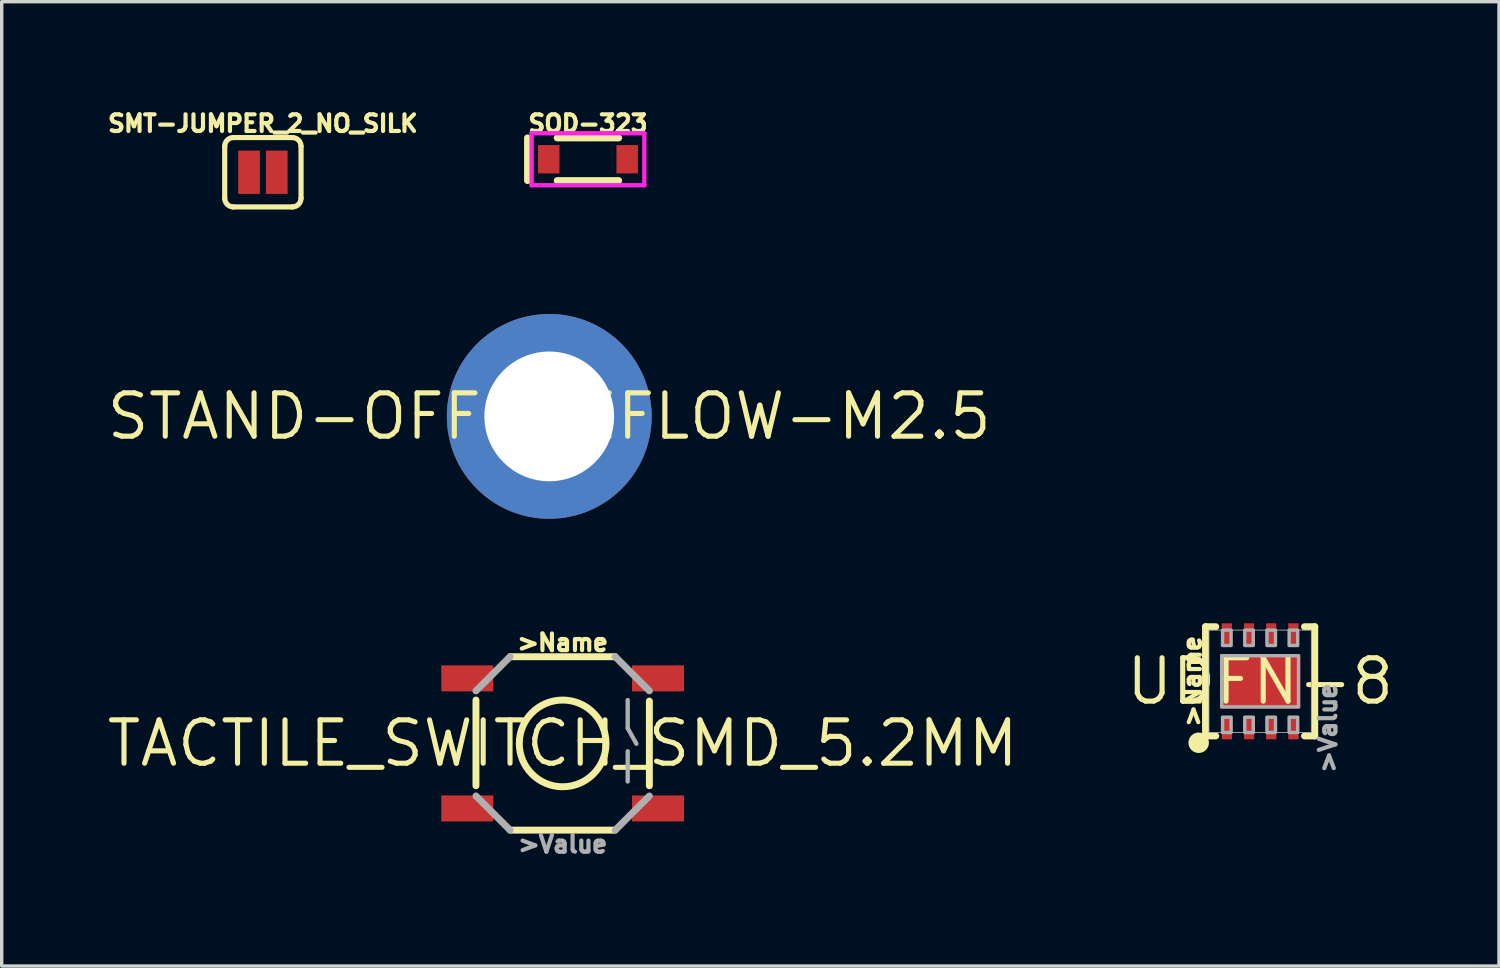
<source format=kicad_pcb>
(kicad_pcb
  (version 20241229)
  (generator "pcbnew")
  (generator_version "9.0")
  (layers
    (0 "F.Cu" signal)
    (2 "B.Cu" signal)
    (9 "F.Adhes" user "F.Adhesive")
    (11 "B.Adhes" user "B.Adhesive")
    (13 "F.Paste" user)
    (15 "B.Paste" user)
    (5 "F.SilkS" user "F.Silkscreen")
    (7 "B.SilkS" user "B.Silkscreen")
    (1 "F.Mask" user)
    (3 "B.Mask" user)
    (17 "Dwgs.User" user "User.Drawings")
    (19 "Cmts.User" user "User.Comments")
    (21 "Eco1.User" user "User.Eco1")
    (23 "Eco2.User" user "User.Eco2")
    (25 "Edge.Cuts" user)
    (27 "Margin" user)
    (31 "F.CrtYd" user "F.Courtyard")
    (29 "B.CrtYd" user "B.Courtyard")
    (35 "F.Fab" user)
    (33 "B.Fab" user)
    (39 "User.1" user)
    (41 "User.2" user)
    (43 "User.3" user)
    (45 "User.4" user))
  (footprint "SMT-JUMPER_2_NO_SILK"
    (layer "F.Cu")
    (at 4.651 1.996)
    (property "Reference" "SMT-JUMPER_2_NO_SILK" (at 0 -1.143 0) (layer "F.SilkS") (effects (font (size 0.488 0.488) (thickness 0.122)) (justify bottom)))
    (fp_line (start -1.118 0.762) (end -1.118 -0.762) (stroke (width 0.152) (type solid)) (layer "F.SilkS"))
    (fp_line (start -0.864 -1.016) (end 0.864 -1.016) (stroke (width 0.152) (type solid)) (layer "F.SilkS"))
    (fp_line (start 0.864 1.016) (end -0.864 1.016) (stroke (width 0.152) (type solid)) (layer "F.SilkS"))
    (fp_line (start 1.118 0.762) (end 1.118 -0.762) (stroke (width 0.152) (type solid)) (layer "F.SilkS"))
    (fp_arc (start -1.1176 -0.762) (mid -1.043205 -0.941605) (end -0.8636 -1.016) (stroke (width 0.1524) (type solid)) (layer "F.SilkS"))
    (fp_arc (start -0.8636 1.016) (mid -1.043205 0.941605) (end -1.1176 0.762) (stroke (width 0.1524) (type solid)) (layer "F.SilkS"))
    (fp_arc (start 0.8636 -1.016) (mid 1.043205 -0.941605) (end 1.1176 -0.762) (stroke (width 0.1524) (type solid)) (layer "F.SilkS"))
    (fp_arc (start 1.1176 0.762) (mid 1.043205 0.941605) (end 0.8636 1.016) (stroke (width 0.1524) (type solid)) (layer "F.SilkS"))
    (pad "1" smd rect (at -0.406 0) (size 0.635 1.27) (layers "F.Cu" "F.Mask"))
    (pad "2" smd rect (at 0.406 0) (size 0.635 1.27) (layers "F.Cu" "F.Mask")))
  (footprint "STAND-OFF-REFLOW-M2.5"
    (layer "F.Cu")
    (at 13.04 9.148)
    (property "Reference" "STAND-OFF-REFLOW-M2.5" (at 0 0 0) (layer "F.SilkS") (effects (font (size 1.27 1.27) (thickness 0.15))))
    (fp_poly (pts (xy -1.713 0.865) (xy -1.596 1.079) (xy -1.45 1.276) (xy -1.276 1.45) (xy -1.079 1.596) (xy -0.863 1.714) (xy -0.633 1.799) (xy 0.073 1.95) (xy -0.35 1.95) (xy -0.35 3.06) (xy -0.737 2.992) (xy -1.059 2.898) (xy -1.369 2.768) (xy -1.662 2.605) (xy -1.936 2.41) (xy -2.186 2.186) (xy -2.41 1.936) (xy -2.605 1.662) (xy -2.768 1.369) (xy -2.898 1.059) (xy -2.992 0.737) (xy -3.049 0.409) (xy -3 0.4) (xy -3 0.35) (xy -1.862 0.35)) (stroke (width 0) (type solid)) (fill yes) (layer "F.Paste"))
    (fp_poly (pts (xy -0.4 -3) (xy -0.35 -3) (xy -0.35 -1.862) (xy -0.865 -1.713) (xy -1.079 -1.596) (xy -1.276 -1.45) (xy -1.45 -1.276) (xy -1.596 -1.079) (xy -1.714 -0.863) (xy -1.799 -0.633) (xy -1.95 0.073) (xy -1.95 -0.35) (xy -3.06 -0.35) (xy -2.992 -0.737) (xy -2.898 -1.059) (xy -2.768 -1.369) (xy -2.605 -1.662) (xy -2.41 -1.936) (xy -2.186 -2.186) (xy -1.936 -2.41) (xy -1.662 -2.605) (xy -1.369 -2.768) (xy -1.059 -2.898) (xy -0.737 -2.992) (xy -0.409 -3.049)) (stroke (width 0) (type solid)) (fill yes) (layer "F.Paste"))
    (fp_poly (pts (xy 0.35 1.86) (xy 0.633 1.799) (xy 0.863 1.714) (xy 1.079 1.596) (xy 1.276 1.45) (xy 1.45 1.276) (xy 1.596 1.079) (xy 1.714 0.863) (xy 1.799 0.633) (xy 1.95 -0.073) (xy 1.95 0.35) (xy 3.06 0.35) (xy 2.992 0.737) (xy 2.898 1.059) (xy 2.768 1.369) (xy 2.605 1.662) (xy 2.41 1.936) (xy 2.186 2.186) (xy 1.936 2.41) (xy 1.662 2.605) (xy 1.369 2.768) (xy 1.059 2.898) (xy 0.737 2.992) (xy 0.409 3.049) (xy 0.4 3) (xy 0.35 3)) (stroke (width 0) (type solid)) (fill yes) (layer "F.Paste"))
    (fp_poly (pts (xy 0.737 -2.992) (xy 1.059 -2.898) (xy 1.369 -2.768) (xy 1.662 -2.605) (xy 1.936 -2.41) (xy 2.186 -2.186) (xy 2.41 -1.936) (xy 2.605 -1.662) (xy 2.768 -1.369) (xy 2.898 -1.059) (xy 2.992 -0.737) (xy 3.049 -0.409) (xy 3 -0.4) (xy 3 -0.35) (xy 1.86 -0.35) (xy 1.799 -0.633) (xy 1.714 -0.863) (xy 1.596 -1.079) (xy 1.45 -1.276) (xy 1.276 -1.45) (xy 1.079 -1.596) (xy 0.863 -1.714) (xy 0.633 -1.799) (xy -0.073 -1.95) (xy 0.35 -1.95) (xy 0.35 -3.06)) (stroke (width 0) (type solid)) (fill yes) (layer "F.Paste"))
    (pad "1" thru_hole circle (at 0 0) (size 6 6) (drill 3.8) (layers "*.Cu" "*.Mask")))
  (footprint "SOD-323"
    (layer "F.Cu")
    (at 14.174 1.615)
    (property "Reference" "SOD-323" (at 0 -0.762 0) (layer "F.SilkS") (effects (font (size 0.488 0.488) (thickness 0.122)) (justify bottom)))
    (fp_line (start -1.77 -0.625) (end -1.77 0.625) (stroke (width 0.203) (type solid)) (layer "F.SilkS"))
    (fp_line (start -0.9 -0.625) (end 0.9 -0.625) (stroke (width 0.203) (type solid)) (layer "F.SilkS"))
    (fp_line (start -0.9 0.625) (end 0.9 0.625) (stroke (width 0.203) (type solid)) (layer "F.SilkS"))
    (fp_line (start -1.651 -0.762) (end 1.651 -0.762) (stroke (width 0.127) (type solid)) (layer "F.CrtYd"))
    (fp_line (start -1.651 0.762) (end -1.651 -0.762) (stroke (width 0.127) (type solid)) (layer "F.CrtYd"))
    (fp_line (start 1.651 -0.762) (end 1.651 0.762) (stroke (width 0.127) (type solid)) (layer "F.CrtYd"))
    (fp_line (start 1.651 0.762) (end -1.651 0.762) (stroke (width 0.127) (type solid)) (layer "F.CrtYd"))
    (pad "A" smd rect (at 1.15 0) (size 0.63 0.83) (layers "F.Cu" "F.Mask" "F.Paste"))
    (pad "C" smd rect (at -1.15 0) (size 0.63 0.83) (layers "F.Cu" "F.Mask" "F.Paste")))
  (footprint "UDFN-8"
    (layer "F.Cu")
    (at 33.865 16.909)
    (property "Reference" "UDFN-8" (at 0 0 0) (layer "F.SilkS") (effects (font (size 1.27 1.27) (thickness 0.15))))
    (fp_line (start -1.6 -1.6) (end -1.3 -1.6) (stroke (width 0.203) (type solid)) (layer "F.SilkS"))
    (fp_line (start -1.6 1.6) (end -1.6 -1.6) (stroke (width 0.203) (type solid)) (layer "F.SilkS"))
    (fp_line (start -1.6 1.6) (end -1.3 1.6) (stroke (width 0.203) (type solid)) (layer "F.SilkS"))
    (fp_line (start 1.6 -1.6) (end 1.3 -1.6) (stroke (width 0.203) (type solid)) (layer "F.SilkS"))
    (fp_line (start 1.6 -1.6) (end 1.6 1.6) (stroke (width 0.203) (type solid)) (layer "F.SilkS"))
    (fp_line (start 1.6 1.6) (end 1.3 1.6) (stroke (width 0.203) (type solid)) (layer "F.SilkS"))
    (fp_circle (center -1.8 1.8) (end -1.65 1.8) (stroke (width 0.3) (type solid)) (fill yes) (layer "F.SilkS"))
    (fp_poly (pts (xy -0.688 0.4) (xy 0.688 0.4) (xy 0.688 -0.4) (xy -0.688 -0.4)) (stroke (width 0) (type solid)) (fill yes) (layer "F.Paste"))
    (fp_line (start -1.5 -1.5) (end 1.5 -1.5) (stroke (width 0.025) (type solid)) (layer "F.Fab"))
    (fp_line (start -1.5 1.5) (end -1.5 -1.5) (stroke (width 0.025) (type solid)) (layer "F.Fab"))
    (fp_line (start 1.5 -1.5) (end 1.5 1.5) (stroke (width 0.025) (type solid)) (layer "F.Fab"))
    (fp_line (start 1.5 1.5) (end -1.5 1.5) (stroke (width 0.025) (type solid)) (layer "F.Fab"))
    (fp_poly (pts (xy -1.125 0.75) (xy 1.125 0.75) (xy 1.125 -0.75) (xy -1.125 -0.75)) (stroke (width 0.1) (type solid)) (fill no) (layer "F.Fab"))
    (fp_poly (pts (xy -1.1 1.5) (xy -0.85 1.5) (xy -0.85 1.05) (xy -1.1 1.05)) (stroke (width 0.1) (type solid)) (fill no) (layer "F.Fab"))
    (fp_poly (pts (xy -0.85 -1.5) (xy -1.1 -1.5) (xy -1.1 -1.05) (xy -0.85 -1.05)) (stroke (width 0.1) (type solid)) (fill no) (layer "F.Fab"))
    (fp_poly (pts (xy -0.45 1.5) (xy -0.2 1.5) (xy -0.2 1.05) (xy -0.45 1.05)) (stroke (width 0.1) (type solid)) (fill no) (layer "F.Fab"))
    (fp_poly (pts (xy -0.2 -1.5) (xy -0.45 -1.5) (xy -0.45 -1.05) (xy -0.2 -1.05)) (stroke (width 0.1) (type solid)) (fill no) (layer "F.Fab"))
    (fp_poly (pts (xy 0.2 1.5) (xy 0.45 1.5) (xy 0.45 1.05) (xy 0.2 1.05)) (stroke (width 0.1) (type solid)) (fill no) (layer "F.Fab"))
    (fp_poly (pts (xy 0.45 -1.5) (xy 0.2 -1.5) (xy 0.2 -1.05) (xy 0.45 -1.05)) (stroke (width 0.1) (type solid)) (fill no) (layer "F.Fab"))
    (fp_poly (pts (xy 0.85 1.5) (xy 1.1 1.5) (xy 1.1 1.05) (xy 0.85 1.05)) (stroke (width 0.1) (type solid)) (fill no) (layer "F.Fab"))
    (fp_poly (pts (xy 1.1 -1.5) (xy 0.85 -1.5) (xy 0.85 -1.05) (xy 1.1 -1.05)) (stroke (width 0.1) (type solid)) (fill no) (layer "F.Fab"))
    (fp_text user ">Name" (at -1.7 0 90) (layer "F.SilkS") (effects (font (size 0.488 0.488) (thickness 0.122)) (justify bottom)))
    (fp_text user ">Value" (at 1.7 0 90) (layer "F.Fab") (effects (font (size 0.488 0.488) (thickness 0.122)) (justify right top)))
    (pad "1" smd rect (at -0.975 1.375) (size 0.3 0.65) (layers "F.Cu" "F.Mask" "F.Paste"))
    (pad "2" smd rect (at -0.325 1.375) (size 0.3 0.65) (layers "F.Cu" "F.Mask" "F.Paste"))
    (pad "3" smd rect (at 0.325 1.375) (size 0.3 0.65) (layers "F.Cu" "F.Mask" "F.Paste"))
    (pad "4" smd rect (at 0.975 1.375) (size 0.3 0.65) (layers "F.Cu" "F.Mask" "F.Paste"))
    (pad "5" smd rect (at 0.975 -1.375 180) (size 0.3 0.65) (layers "F.Cu" "F.Mask" "F.Paste"))
    (pad "6" smd rect (at 0.325 -1.375 180) (size 0.3 0.65) (layers "F.Cu" "F.Mask" "F.Paste"))
    (pad "7" smd rect (at -0.325 -1.375 180) (size 0.3 0.65) (layers "F.Cu" "F.Mask" "F.Paste"))
    (pad "8" smd rect (at -0.975 -1.375 180) (size 0.3 0.65) (layers "F.Cu" "F.Mask" "F.Paste"))
    (pad "EP" smd rect (at 0 0) (size 2.35 1.6) (layers "F.Cu" "F.Mask")))
  (footprint "TACTILE_SWITCH_SMD_5.2MM"
    (layer "F.Cu")
    (at 13.433 18.728)
    (property "Reference" "TACTILE_SWITCH_SMD_5.2MM" (at 0 0 0) (layer "F.SilkS") (effects (font (size 1.27 1.27) (thickness 0.15))))
    (fp_line (start -2.54 1.24) (end -2.54 -1.27) (stroke (width 0.203) (type solid)) (layer "F.SilkS"))
    (fp_line (start -1.54 -2.54) (end 1.54 -2.54) (stroke (width 0.203) (type solid)) (layer "F.SilkS"))
    (fp_line (start 1.54 2.54) (end -1.54 2.54) (stroke (width 0.203) (type solid)) (layer "F.SilkS"))
    (fp_line (start 2.54 -1.24) (end 2.54 1.24) (stroke (width 0.203) (type solid)) (layer "F.SilkS"))
    (fp_circle (center 0 0) (end 1.27 0) (stroke (width 0.203) (type solid)) (fill no) (layer "F.SilkS"))
    (fp_line (start -2.54 -1.54) (end -1.54 -2.54) (stroke (width 0.203) (type solid)) (layer "F.Fab"))
    (fp_line (start -1.54 2.54) (end -2.54 1.54) (stroke (width 0.203) (type solid)) (layer "F.Fab"))
    (fp_line (start 1.54 -2.54) (end 2.54 -1.54) (stroke (width 0.203) (type solid)) (layer "F.Fab"))
    (fp_line (start 1.905 -1.27) (end 1.905 -0.445) (stroke (width 0.127) (type solid)) (layer "F.Fab"))
    (fp_line (start 1.905 -0.445) (end 2.16 0.01) (stroke (width 0.127) (type solid)) (layer "F.Fab"))
    (fp_line (start 1.905 0.23) (end 1.905 1.115) (stroke (width 0.127) (type solid)) (layer "F.Fab"))
    (fp_line (start 2.54 1.54) (end 1.54 2.54) (stroke (width 0.203) (type solid)) (layer "F.Fab"))
    (fp_text user ">Name" (at 0 -2.667 0) (layer "F.SilkS") (effects (font (size 0.488 0.488) (thickness 0.122)) (justify bottom)))
    (fp_text user ">Value" (at 0 2.667 0) (layer "F.Fab") (effects (font (size 0.488 0.488) (thickness 0.122)) (justify top)))
    (pad "1" smd rect (at -2.794 -1.905 90) (size 0.762 1.524) (layers "F.Cu" "F.Mask" "F.Paste"))
    (pad "2" smd rect (at 2.794 -1.905 90) (size 0.762 1.524) (layers "F.Cu" "F.Mask" "F.Paste"))
    (pad "3" smd rect (at -2.794 1.905 90) (size 0.762 1.524) (layers "F.Cu" "F.Mask" "F.Paste"))
    (pad "4" smd rect (at 2.794 1.905 90) (size 0.762 1.524) (layers "F.Cu" "F.Mask" "F.Paste")))
  (gr_rect
    (start -3 -3)
    (end 40.863 25.249)
    (stroke (width 0.1) (type default))
    (fill no)
    (layer "Edge.Cuts")))
</source>
